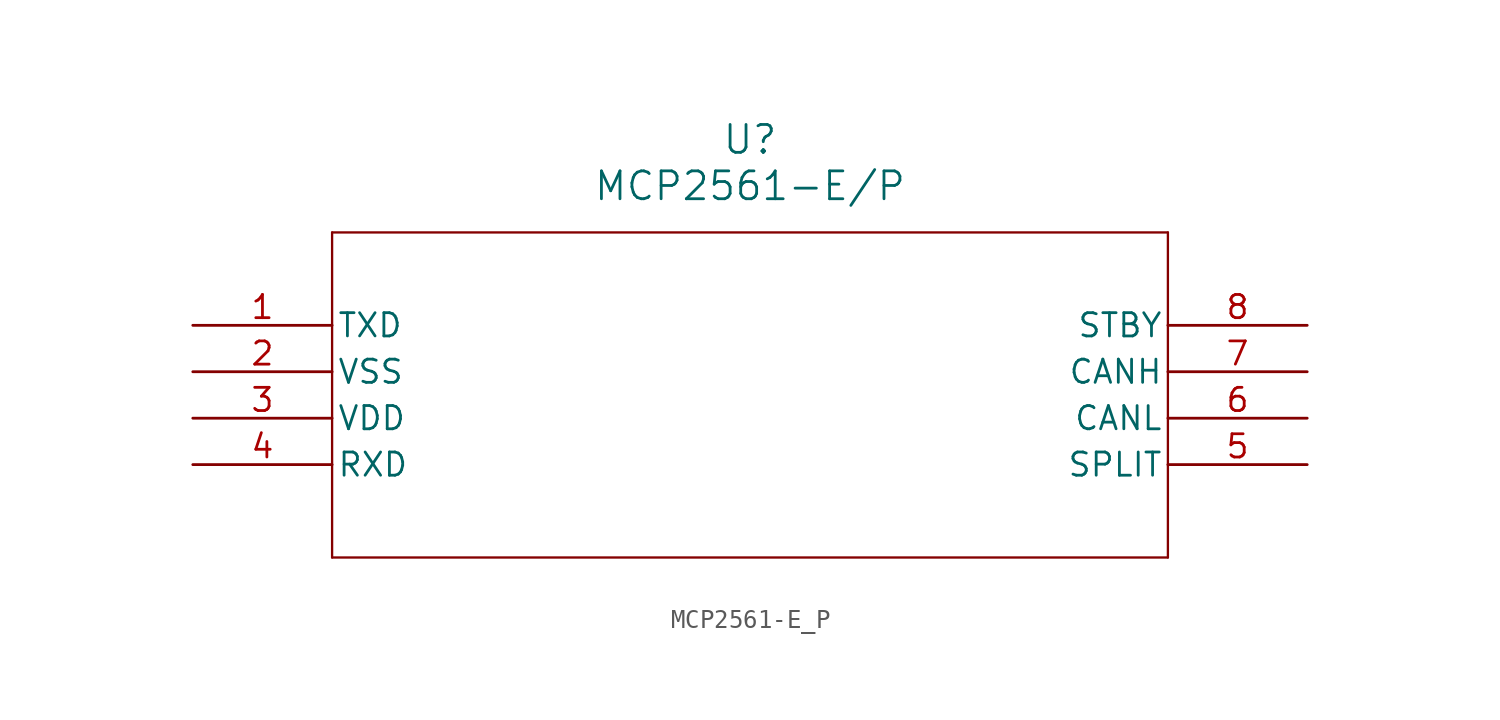
<source format=kicad_sym>
(kicad_symbol_lib
  (version 20231120)
  (generator "kicad_symbol_editor")
  (generator_version "8.0")
  (symbol "MCP2561-E_P"
    (pin_names
      (offset 0.254))
    (property "Reference" "U"
      (at 30.48 10.16 0)
      (effects (font (size 1.524 1.524))))
    (property "Value" "MCP2561-E/P"
      (at 30.48 7.62 0)
      (effects (font (size 1.524 1.524))))
    (property "ki_locked" ""
      (at 0 0 0)
      (effects (font (size 1.27 1.27))))
    (symbol "MCP2561-E_P_0_1"
      (polyline (pts (xy 7.62 -12.7) (xy 53.34 -12.7)) (stroke (width 0.127) (type default)) (fill (type none)))
      (polyline (pts (xy 7.62 5.08) (xy 7.62 -12.7)) (stroke (width 0.127) (type default)) (fill (type none)))
      (polyline (pts (xy 53.34 -12.7) (xy 53.34 5.08)) (stroke (width 0.127) (type default)) (fill (type none)))
      (polyline (pts (xy 53.34 5.08) (xy 7.62 5.08)) (stroke (width 0.127) (type default)) (fill (type none)))
      (pin input line (at 0 0 0) (length 7.62) (name "TXD" (effects (font (size 1.27 1.27)))) (number "1" (effects (font (size 1.27 1.27)))))
      (pin power_in line (at 0 -2.54 0) (length 7.62) (name "VSS" (effects (font (size 1.27 1.27)))) (number "2" (effects (font (size 1.27 1.27)))))
      (pin power_in line (at 0 -5.08 0) (length 7.62) (name "VDD" (effects (font (size 1.27 1.27)))) (number "3" (effects (font (size 1.27 1.27)))))
      (pin output line (at 0 -7.62 0) (length 7.62) (name "RXD" (effects (font (size 1.27 1.27)))) (number "4" (effects (font (size 1.27 1.27)))))
      (pin unspecified line (at 60.96 -7.62 180) (length 7.62) (name "SPLIT" (effects (font (size 1.27 1.27)))) (number "5" (effects (font (size 1.27 1.27)))))
      (pin bidirectional line (at 60.96 -5.08 180) (length 7.62) (name "CANL" (effects (font (size 1.27 1.27)))) (number "6" (effects (font (size 1.27 1.27)))))
      (pin bidirectional line (at 60.96 -2.54 180) (length 7.62) (name "CANH" (effects (font (size 1.27 1.27)))) (number "7" (effects (font (size 1.27 1.27)))))
      (pin input line (at 60.96 0 180) (length 7.62) (name "STBY" (effects (font (size 1.27 1.27)))) (number "8" (effects (font (size 1.27 1.27))))))))
</source>
